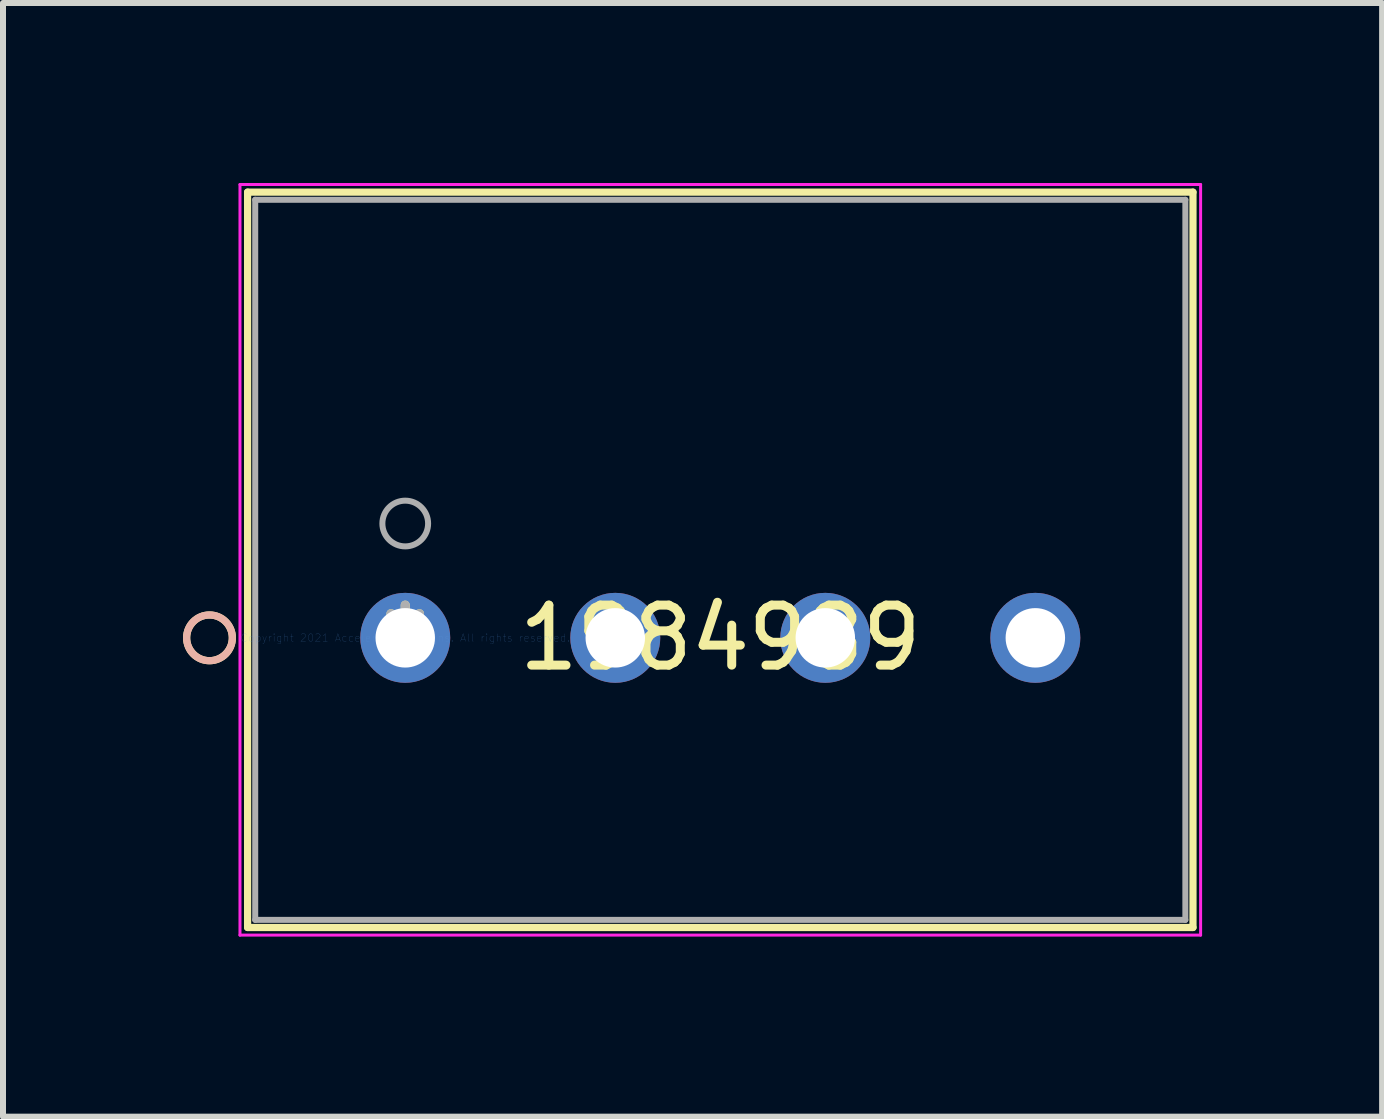
<source format=kicad_pcb>
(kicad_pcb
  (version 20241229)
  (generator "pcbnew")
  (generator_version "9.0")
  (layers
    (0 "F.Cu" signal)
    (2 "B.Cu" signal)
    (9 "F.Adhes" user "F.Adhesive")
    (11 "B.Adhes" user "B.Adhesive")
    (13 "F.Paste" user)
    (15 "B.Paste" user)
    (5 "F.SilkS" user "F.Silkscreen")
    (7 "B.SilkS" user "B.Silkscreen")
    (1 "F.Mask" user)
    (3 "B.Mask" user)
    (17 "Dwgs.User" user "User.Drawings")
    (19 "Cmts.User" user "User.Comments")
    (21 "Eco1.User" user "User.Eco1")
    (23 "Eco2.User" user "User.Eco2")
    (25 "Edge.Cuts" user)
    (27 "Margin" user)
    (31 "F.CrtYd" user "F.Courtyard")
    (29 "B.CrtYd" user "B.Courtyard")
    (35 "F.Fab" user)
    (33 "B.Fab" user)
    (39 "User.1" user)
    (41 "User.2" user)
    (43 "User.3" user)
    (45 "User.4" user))
  (footprint "1984989"
    (layer "F.Cu")
    (at 3.703 7.579)
    (property "Reference" "1984989" (at 5.25 0 0) (layer "F.SilkS") (effects (font (size 1 1) (thickness 0.15))))
    (attr through_hole)
    (fp_line (start -2.627 -7.427) (end -2.627 4.827) (stroke (width 0.12) (type solid)) (layer "F.SilkS"))
    (fp_line (start -2.627 4.827) (end 13.127 4.827) (stroke (width 0.12) (type solid)) (layer "F.SilkS"))
    (fp_line (start 13.127 -7.427) (end -2.627 -7.427) (stroke (width 0.12) (type solid)) (layer "F.SilkS"))
    (fp_line (start 13.127 4.827) (end 13.127 -7.427) (stroke (width 0.12) (type solid)) (layer "F.SilkS"))
    (fp_circle (center -3.262 0) (end -2.881 0) (stroke (width 0.12) (type solid)) (fill no) (layer "F.SilkS"))
    (fp_circle (center -3.262 0) (end -2.881 0) (stroke (width 0.12) (type solid)) (fill no) (layer "B.SilkS"))
    (fp_line (start -2.754 -7.554) (end -2.754 4.954) (stroke (width 0.05) (type solid)) (layer "F.CrtYd"))
    (fp_line (start -2.754 4.954) (end 13.254 4.954) (stroke (width 0.05) (type solid)) (layer "F.CrtYd"))
    (fp_line (start 13.254 -7.554) (end -2.754 -7.554) (stroke (width 0.05) (type solid)) (layer "F.CrtYd"))
    (fp_line (start 13.254 4.954) (end 13.254 -7.554) (stroke (width 0.05) (type solid)) (layer "F.CrtYd"))
    (fp_line (start -2.5 -7.3) (end -2.5 4.7) (stroke (width 0.1) (type solid)) (layer "F.Fab"))
    (fp_line (start -2.5 4.7) (end 13 4.7) (stroke (width 0.1) (type solid)) (layer "F.Fab"))
    (fp_line (start 13 -7.3) (end -2.5 -7.3) (stroke (width 0.1) (type solid)) (layer "F.Fab"))
    (fp_line (start 13 4.7) (end 13 -7.3) (stroke (width 0.1) (type solid)) (layer "F.Fab"))
    (fp_circle (center 0 -1.905) (end 0.381 -1.905) (stroke (width 0.1) (type solid)) (fill no) (layer "F.Fab"))
    (fp_text user "*" (at 0 0 0) (layer "F.SilkS") (effects (font (size 1 1) (thickness 0.15))))
    (fp_text user "Copyright 2021 Accelerated Designs. All rights reserved." (at 0 0 0) (layer "Cmts.User") (effects (font (size 0.127 0.127) (thickness 0.002))))
    (fp_text user "*" (at 0 0 0) (layer "F.Fab") (effects (font (size 1 1) (thickness 0.15))))
    (pad "1" thru_hole circle (at 0 0) (size 1.499 1.499) (drill 0.991) (layers "*.Cu" "*.Mask"))
    (pad "2" thru_hole circle (at 3.5 0) (size 1.499 1.499) (drill 0.991) (layers "*.Cu" "*.Mask"))
    (pad "3" thru_hole circle (at 7 0) (size 1.499 1.499) (drill 0.991) (layers "*.Cu" "*.Mask"))
    (pad "4" thru_hole circle (at 10.5 0) (size 1.499 1.499) (drill 0.991) (layers "*.Cu" "*.Mask")))
  (gr_rect
    (start -3 -3)
    (end 19.982 15.558)
    (stroke (width 0.1) (type default))
    (fill no)
    (layer "Edge.Cuts")))
</source>
